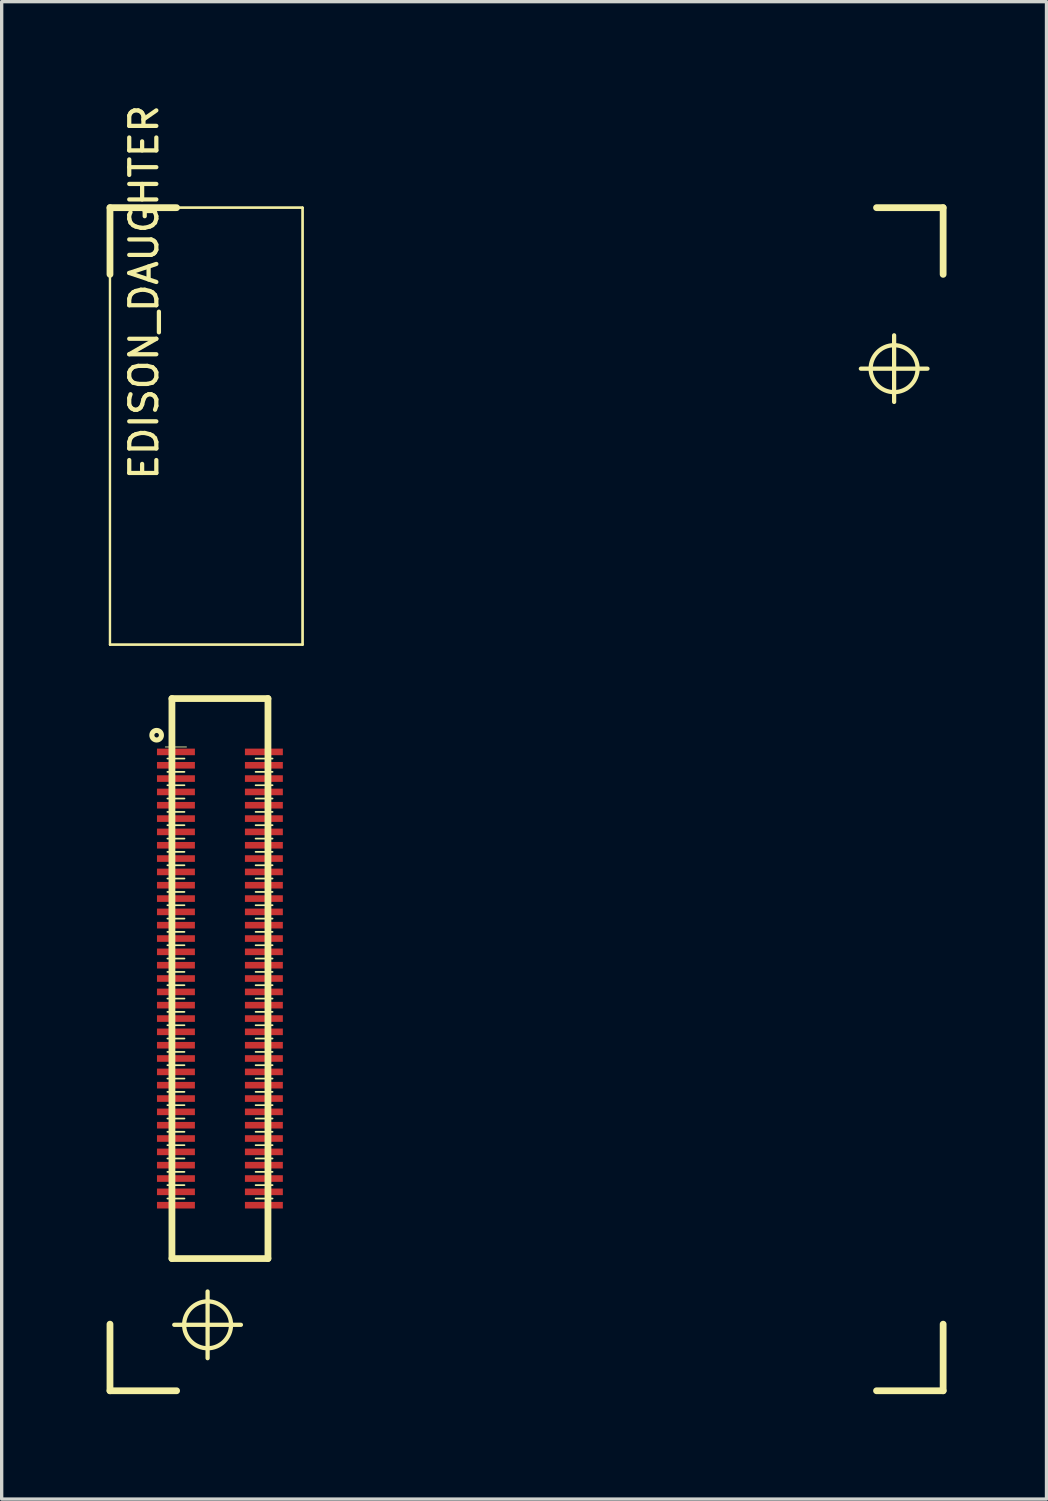
<source format=kicad_pcb>
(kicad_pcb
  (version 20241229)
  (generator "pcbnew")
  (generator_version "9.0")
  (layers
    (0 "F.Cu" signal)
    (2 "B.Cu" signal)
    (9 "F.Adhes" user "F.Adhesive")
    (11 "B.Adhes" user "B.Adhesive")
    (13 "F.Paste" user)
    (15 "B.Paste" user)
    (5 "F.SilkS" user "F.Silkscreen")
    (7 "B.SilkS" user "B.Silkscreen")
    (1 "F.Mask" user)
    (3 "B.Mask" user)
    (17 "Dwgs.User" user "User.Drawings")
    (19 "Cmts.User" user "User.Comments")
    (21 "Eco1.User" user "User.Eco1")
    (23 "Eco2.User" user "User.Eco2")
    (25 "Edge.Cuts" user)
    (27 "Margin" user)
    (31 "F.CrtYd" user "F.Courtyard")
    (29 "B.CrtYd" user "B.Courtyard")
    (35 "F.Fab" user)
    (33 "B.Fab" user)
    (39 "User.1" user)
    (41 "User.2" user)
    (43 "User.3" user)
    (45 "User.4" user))
  (footprint "EDISON_DAUGHTER"
    (layer "F.Cu")
    (at 0.25 38.68)
    (property "Reference" "EDISON_DAUGHTER" (at 1.021 -32.959 270) (layer "F.SilkS") (effects (font (size 0.813 0.813) (thickness 0.127))))
    (attr smd)
    (fp_line (start 0 -35.499) (end 1.999 -35.499) (stroke (width 0.203) (type solid)) (layer "F.SilkS"))
    (fp_line (start 0 -35.499) (end 5.779 -35.499) (stroke (width 0.066) (type solid)) (layer "F.SilkS"))
    (fp_line (start 0 -35.499) (end 5.779 -35.499) (stroke (width 0.066) (type solid)) (layer "F.SilkS"))
    (fp_line (start 0 -33.498) (end 0 -35.499) (stroke (width 0.203) (type solid)) (layer "F.SilkS"))
    (fp_line (start 0 -22.388) (end 0 -35.499) (stroke (width 0.066) (type solid)) (layer "F.SilkS"))
    (fp_line (start 0 -22.388) (end 0 -35.499) (stroke (width 0.066) (type solid)) (layer "F.SilkS"))
    (fp_line (start 0 -22.388) (end 5.779 -22.388) (stroke (width 0.066) (type solid)) (layer "F.SilkS"))
    (fp_line (start 0 -22.388) (end 5.779 -22.388) (stroke (width 0.066) (type solid)) (layer "F.SilkS"))
    (fp_line (start 0 0) (end 0 -1.999) (stroke (width 0.203) (type solid)) (layer "F.SilkS"))
    (fp_line (start 1.661 -19.317) (end 2.296 -19.317) (stroke (width 0.025) (type solid)) (layer "F.SilkS"))
    (fp_line (start 1.722 -18.969) (end 2.235 -18.969) (stroke (width 0.051) (type solid)) (layer "F.SilkS"))
    (fp_line (start 1.722 -18.57) (end 2.235 -18.57) (stroke (width 0.051) (type solid)) (layer "F.SilkS"))
    (fp_line (start 1.722 -18.169) (end 2.235 -18.169) (stroke (width 0.051) (type solid)) (layer "F.SilkS"))
    (fp_line (start 1.722 -17.77) (end 2.235 -17.77) (stroke (width 0.051) (type solid)) (layer "F.SilkS"))
    (fp_line (start 1.722 -17.369) (end 2.235 -17.369) (stroke (width 0.051) (type solid)) (layer "F.SilkS"))
    (fp_line (start 1.722 -16.97) (end 2.235 -16.97) (stroke (width 0.051) (type solid)) (layer "F.SilkS"))
    (fp_line (start 1.722 -16.568) (end 2.235 -16.568) (stroke (width 0.051) (type solid)) (layer "F.SilkS"))
    (fp_line (start 1.722 -16.17) (end 2.235 -16.17) (stroke (width 0.051) (type solid)) (layer "F.SilkS"))
    (fp_line (start 1.722 -15.768) (end 2.235 -15.768) (stroke (width 0.051) (type solid)) (layer "F.SilkS"))
    (fp_line (start 1.722 -15.37) (end 2.235 -15.37) (stroke (width 0.051) (type solid)) (layer "F.SilkS"))
    (fp_line (start 1.722 -14.968) (end 2.235 -14.968) (stroke (width 0.051) (type solid)) (layer "F.SilkS"))
    (fp_line (start 1.722 -14.569) (end 2.235 -14.569) (stroke (width 0.051) (type solid)) (layer "F.SilkS"))
    (fp_line (start 1.722 -14.168) (end 2.235 -14.168) (stroke (width 0.051) (type solid)) (layer "F.SilkS"))
    (fp_line (start 1.722 -13.769) (end 2.235 -13.769) (stroke (width 0.051) (type solid)) (layer "F.SilkS"))
    (fp_line (start 1.722 -13.368) (end 2.235 -13.368) (stroke (width 0.051) (type solid)) (layer "F.SilkS"))
    (fp_line (start 1.722 -12.969) (end 2.235 -12.969) (stroke (width 0.051) (type solid)) (layer "F.SilkS"))
    (fp_line (start 1.722 -12.568) (end 2.235 -12.568) (stroke (width 0.051) (type solid)) (layer "F.SilkS"))
    (fp_line (start 1.722 -12.169) (end 2.235 -12.169) (stroke (width 0.051) (type solid)) (layer "F.SilkS"))
    (fp_line (start 1.722 -11.768) (end 2.235 -11.768) (stroke (width 0.051) (type solid)) (layer "F.SilkS"))
    (fp_line (start 1.722 -11.369) (end 2.235 -11.369) (stroke (width 0.051) (type solid)) (layer "F.SilkS"))
    (fp_line (start 1.722 -10.968) (end 2.235 -10.968) (stroke (width 0.051) (type solid)) (layer "F.SilkS"))
    (fp_line (start 1.722 -10.569) (end 2.235 -10.569) (stroke (width 0.051) (type solid)) (layer "F.SilkS"))
    (fp_line (start 1.722 -10.168) (end 2.235 -10.168) (stroke (width 0.051) (type solid)) (layer "F.SilkS"))
    (fp_line (start 1.722 -9.769) (end 2.235 -9.769) (stroke (width 0.051) (type solid)) (layer "F.SilkS"))
    (fp_line (start 1.722 -9.368) (end 2.235 -9.368) (stroke (width 0.051) (type solid)) (layer "F.SilkS"))
    (fp_line (start 1.722 -8.969) (end 2.235 -8.969) (stroke (width 0.051) (type solid)) (layer "F.SilkS"))
    (fp_line (start 1.722 -8.57) (end 2.235 -8.57) (stroke (width 0.051) (type solid)) (layer "F.SilkS"))
    (fp_line (start 1.722 -8.169) (end 2.235 -8.169) (stroke (width 0.051) (type solid)) (layer "F.SilkS"))
    (fp_line (start 1.722 -7.77) (end 2.235 -7.77) (stroke (width 0.051) (type solid)) (layer "F.SilkS"))
    (fp_line (start 1.722 -7.369) (end 2.235 -7.369) (stroke (width 0.051) (type solid)) (layer "F.SilkS"))
    (fp_line (start 1.722 -6.97) (end 2.235 -6.97) (stroke (width 0.051) (type solid)) (layer "F.SilkS"))
    (fp_line (start 1.722 -6.568) (end 2.235 -6.568) (stroke (width 0.051) (type solid)) (layer "F.SilkS"))
    (fp_line (start 1.722 -6.17) (end 2.235 -6.17) (stroke (width 0.051) (type solid)) (layer "F.SilkS"))
    (fp_line (start 1.722 -5.768) (end 2.235 -5.768) (stroke (width 0.051) (type solid)) (layer "F.SilkS"))
    (fp_line (start 1.859 -20.77) (end 4.74 -20.77) (stroke (width 0.203) (type solid)) (layer "F.SilkS"))
    (fp_line (start 1.859 -3.967) (end 1.859 -20.77) (stroke (width 0.203) (type solid)) (layer "F.SilkS"))
    (fp_line (start 1.928 -1.979) (end 3.929 -1.979) (stroke (width 0.127) (type solid)) (layer "F.SilkS"))
    (fp_line (start 1.999 0) (end 0 0) (stroke (width 0.203) (type solid)) (layer "F.SilkS"))
    (fp_line (start 2.929 -0.978) (end 2.929 -2.979) (stroke (width 0.127) (type solid)) (layer "F.SilkS"))
    (fp_line (start 4.369 -18.969) (end 4.879 -18.969) (stroke (width 0.051) (type solid)) (layer "F.SilkS"))
    (fp_line (start 4.369 -18.57) (end 4.879 -18.57) (stroke (width 0.051) (type solid)) (layer "F.SilkS"))
    (fp_line (start 4.369 -18.169) (end 4.879 -18.169) (stroke (width 0.051) (type solid)) (layer "F.SilkS"))
    (fp_line (start 4.369 -17.77) (end 4.879 -17.77) (stroke (width 0.051) (type solid)) (layer "F.SilkS"))
    (fp_line (start 4.369 -17.369) (end 4.879 -17.369) (stroke (width 0.051) (type solid)) (layer "F.SilkS"))
    (fp_line (start 4.369 -16.97) (end 4.879 -16.97) (stroke (width 0.051) (type solid)) (layer "F.SilkS"))
    (fp_line (start 4.369 -16.568) (end 4.879 -16.568) (stroke (width 0.051) (type solid)) (layer "F.SilkS"))
    (fp_line (start 4.369 -16.17) (end 4.879 -16.17) (stroke (width 0.051) (type solid)) (layer "F.SilkS"))
    (fp_line (start 4.369 -15.768) (end 4.879 -15.768) (stroke (width 0.051) (type solid)) (layer "F.SilkS"))
    (fp_line (start 4.369 -15.37) (end 4.879 -15.37) (stroke (width 0.051) (type solid)) (layer "F.SilkS"))
    (fp_line (start 4.369 -14.968) (end 4.879 -14.968) (stroke (width 0.051) (type solid)) (layer "F.SilkS"))
    (fp_line (start 4.369 -14.569) (end 4.879 -14.569) (stroke (width 0.051) (type solid)) (layer "F.SilkS"))
    (fp_line (start 4.369 -14.168) (end 4.879 -14.168) (stroke (width 0.051) (type solid)) (layer "F.SilkS"))
    (fp_line (start 4.369 -13.769) (end 4.879 -13.769) (stroke (width 0.051) (type solid)) (layer "F.SilkS"))
    (fp_line (start 4.369 -13.368) (end 4.879 -13.368) (stroke (width 0.051) (type solid)) (layer "F.SilkS"))
    (fp_line (start 4.369 -12.969) (end 4.879 -12.969) (stroke (width 0.051) (type solid)) (layer "F.SilkS"))
    (fp_line (start 4.369 -12.568) (end 4.879 -12.568) (stroke (width 0.051) (type solid)) (layer "F.SilkS"))
    (fp_line (start 4.369 -12.169) (end 4.879 -12.169) (stroke (width 0.051) (type solid)) (layer "F.SilkS"))
    (fp_line (start 4.369 -11.768) (end 4.879 -11.768) (stroke (width 0.051) (type solid)) (layer "F.SilkS"))
    (fp_line (start 4.369 -11.369) (end 4.879 -11.369) (stroke (width 0.051) (type solid)) (layer "F.SilkS"))
    (fp_line (start 4.369 -10.968) (end 4.879 -10.968) (stroke (width 0.051) (type solid)) (layer "F.SilkS"))
    (fp_line (start 4.369 -10.569) (end 4.879 -10.569) (stroke (width 0.051) (type solid)) (layer "F.SilkS"))
    (fp_line (start 4.369 -10.168) (end 4.879 -10.168) (stroke (width 0.051) (type solid)) (layer "F.SilkS"))
    (fp_line (start 4.369 -9.769) (end 4.879 -9.769) (stroke (width 0.051) (type solid)) (layer "F.SilkS"))
    (fp_line (start 4.369 -9.368) (end 4.879 -9.368) (stroke (width 0.051) (type solid)) (layer "F.SilkS"))
    (fp_line (start 4.369 -8.969) (end 4.879 -8.969) (stroke (width 0.051) (type solid)) (layer "F.SilkS"))
    (fp_line (start 4.369 -8.57) (end 4.879 -8.57) (stroke (width 0.051) (type solid)) (layer "F.SilkS"))
    (fp_line (start 4.369 -8.169) (end 4.879 -8.169) (stroke (width 0.051) (type solid)) (layer "F.SilkS"))
    (fp_line (start 4.369 -7.77) (end 4.879 -7.77) (stroke (width 0.051) (type solid)) (layer "F.SilkS"))
    (fp_line (start 4.369 -7.369) (end 4.879 -7.369) (stroke (width 0.051) (type solid)) (layer "F.SilkS"))
    (fp_line (start 4.369 -6.97) (end 4.879 -6.97) (stroke (width 0.051) (type solid)) (layer "F.SilkS"))
    (fp_line (start 4.369 -6.568) (end 4.879 -6.568) (stroke (width 0.051) (type solid)) (layer "F.SilkS"))
    (fp_line (start 4.369 -6.17) (end 4.879 -6.17) (stroke (width 0.051) (type solid)) (layer "F.SilkS"))
    (fp_line (start 4.369 -5.768) (end 4.879 -5.768) (stroke (width 0.051) (type solid)) (layer "F.SilkS"))
    (fp_line (start 4.74 -20.77) (end 4.74 -3.967) (stroke (width 0.203) (type solid)) (layer "F.SilkS"))
    (fp_line (start 4.74 -3.967) (end 1.859 -3.967) (stroke (width 0.203) (type solid)) (layer "F.SilkS"))
    (fp_line (start 5.779 -22.388) (end 5.779 -35.499) (stroke (width 0.066) (type solid)) (layer "F.SilkS"))
    (fp_line (start 5.779 -22.388) (end 5.779 -35.499) (stroke (width 0.066) (type solid)) (layer "F.SilkS"))
    (fp_line (start 22.53 -30.668) (end 24.529 -30.668) (stroke (width 0.127) (type solid)) (layer "F.SilkS"))
    (fp_line (start 23 -35.499) (end 24.999 -35.499) (stroke (width 0.203) (type solid)) (layer "F.SilkS"))
    (fp_line (start 23.528 -29.67) (end 23.528 -31.669) (stroke (width 0.127) (type solid)) (layer "F.SilkS"))
    (fp_line (start 24.999 -35.499) (end 24.999 -33.498) (stroke (width 0.203) (type solid)) (layer "F.SilkS"))
    (fp_line (start 24.999 -1.999) (end 24.999 0) (stroke (width 0.203) (type solid)) (layer "F.SilkS"))
    (fp_line (start 24.999 0) (end 23 0) (stroke (width 0.203) (type solid)) (layer "F.SilkS"))
    (fp_circle (center 1.4 -19.67) (end 1.448 -19.718) (stroke (width 0.152) (type solid)) (fill no) (layer "F.SilkS"))
    (fp_circle (center 2.929 -1.979) (end 3.426 -2.477) (stroke (width 0.127) (type solid)) (fill no) (layer "F.SilkS"))
    (fp_circle (center 23.528 -30.668) (end 24.026 -31.166) (stroke (width 0.127) (type solid)) (fill no) (layer "F.SilkS"))
    (pad "1" smd rect (at 1.979 -19.169 90) (size 0.198 1.138) (layers "F.Cu" "F.Mask" "F.Paste"))
    (pad "2" smd rect (at 4.618 -19.169 90) (size 0.198 1.138) (layers "F.Cu" "F.Mask" "F.Paste"))
    (pad "3" smd rect (at 1.979 -18.768 90) (size 0.198 1.138) (layers "F.Cu" "F.Mask" "F.Paste"))
    (pad "4" smd rect (at 4.618 -18.768 90) (size 0.198 1.138) (layers "F.Cu" "F.Mask" "F.Paste"))
    (pad "5" smd rect (at 1.979 -18.369 90) (size 0.198 1.138) (layers "F.Cu" "F.Mask" "F.Paste"))
    (pad "6" smd rect (at 4.618 -18.369 90) (size 0.198 1.138) (layers "F.Cu" "F.Mask" "F.Paste"))
    (pad "7" smd rect (at 1.979 -17.968 90) (size 0.198 1.138) (layers "F.Cu" "F.Mask" "F.Paste"))
    (pad "8" smd rect (at 4.618 -17.968 90) (size 0.198 1.138) (layers "F.Cu" "F.Mask" "F.Paste"))
    (pad "9" smd rect (at 1.979 -17.569 90) (size 0.198 1.138) (layers "F.Cu" "F.Mask" "F.Paste"))
    (pad "10" smd rect (at 4.618 -17.569 90) (size 0.198 1.138) (layers "F.Cu" "F.Mask" "F.Paste"))
    (pad "11" smd rect (at 1.979 -17.168 90) (size 0.198 1.138) (layers "F.Cu" "F.Mask" "F.Paste"))
    (pad "12" smd rect (at 4.618 -17.168 90) (size 0.198 1.138) (layers "F.Cu" "F.Mask" "F.Paste"))
    (pad "13" smd rect (at 1.979 -16.769 90) (size 0.198 1.138) (layers "F.Cu" "F.Mask" "F.Paste"))
    (pad "14" smd rect (at 4.618 -16.769 90) (size 0.198 1.138) (layers "F.Cu" "F.Mask" "F.Paste"))
    (pad "15" smd rect (at 1.979 -16.368 90) (size 0.198 1.138) (layers "F.Cu" "F.Mask" "F.Paste"))
    (pad "16" smd rect (at 4.618 -16.368 90) (size 0.198 1.138) (layers "F.Cu" "F.Mask" "F.Paste"))
    (pad "17" smd rect (at 1.979 -15.969 90) (size 0.198 1.138) (layers "F.Cu" "F.Mask" "F.Paste"))
    (pad "18" smd rect (at 4.618 -15.969 90) (size 0.198 1.138) (layers "F.Cu" "F.Mask" "F.Paste"))
    (pad "19" smd rect (at 1.979 -15.568 90) (size 0.198 1.138) (layers "F.Cu" "F.Mask" "F.Paste"))
    (pad "20" smd rect (at 4.618 -15.568 90) (size 0.198 1.138) (layers "F.Cu" "F.Mask" "F.Paste"))
    (pad "21" smd rect (at 1.979 -15.169 90) (size 0.198 1.138) (layers "F.Cu" "F.Mask" "F.Paste"))
    (pad "22" smd rect (at 4.618 -15.169 90) (size 0.198 1.138) (layers "F.Cu" "F.Mask" "F.Paste"))
    (pad "23" smd rect (at 1.979 -14.768 90) (size 0.198 1.138) (layers "F.Cu" "F.Mask" "F.Paste"))
    (pad "24" smd rect (at 4.618 -14.768 90) (size 0.198 1.138) (layers "F.Cu" "F.Mask" "F.Paste"))
    (pad "25" smd rect (at 1.979 -14.369 90) (size 0.198 1.138) (layers "F.Cu" "F.Mask" "F.Paste"))
    (pad "26" smd rect (at 4.618 -14.369 90) (size 0.198 1.138) (layers "F.Cu" "F.Mask" "F.Paste"))
    (pad "27" smd rect (at 1.979 -13.97 90) (size 0.198 1.138) (layers "F.Cu" "F.Mask" "F.Paste"))
    (pad "28" smd rect (at 4.618 -13.97 90) (size 0.198 1.138) (layers "F.Cu" "F.Mask" "F.Paste"))
    (pad "29" smd rect (at 1.979 -13.569 90) (size 0.198 1.138) (layers "F.Cu" "F.Mask" "F.Paste"))
    (pad "30" smd rect (at 4.618 -13.569 90) (size 0.198 1.138) (layers "F.Cu" "F.Mask" "F.Paste"))
    (pad "31" smd rect (at 1.979 -13.17 90) (size 0.198 1.138) (layers "F.Cu" "F.Mask" "F.Paste"))
    (pad "32" smd rect (at 4.618 -13.17 90) (size 0.198 1.138) (layers "F.Cu" "F.Mask" "F.Paste"))
    (pad "33" smd rect (at 1.979 -12.769 90) (size 0.198 1.138) (layers "F.Cu" "F.Mask" "F.Paste"))
    (pad "34" smd rect (at 4.618 -12.769 90) (size 0.198 1.138) (layers "F.Cu" "F.Mask" "F.Paste"))
    (pad "35" smd rect (at 1.979 -12.37 90) (size 0.198 1.138) (layers "F.Cu" "F.Mask" "F.Paste"))
    (pad "36" smd rect (at 4.618 -12.37 90) (size 0.198 1.138) (layers "F.Cu" "F.Mask" "F.Paste"))
    (pad "37" smd rect (at 1.979 -11.968 90) (size 0.198 1.138) (layers "F.Cu" "F.Mask" "F.Paste"))
    (pad "38" smd rect (at 4.618 -11.968 90) (size 0.198 1.138) (layers "F.Cu" "F.Mask" "F.Paste"))
    (pad "39" smd rect (at 1.979 -11.57 90) (size 0.198 1.138) (layers "F.Cu" "F.Mask" "F.Paste"))
    (pad "40" smd rect (at 4.618 -11.57 90) (size 0.198 1.138) (layers "F.Cu" "F.Mask" "F.Paste"))
    (pad "41" smd rect (at 1.979 -11.168 90) (size 0.198 1.138) (layers "F.Cu" "F.Mask" "F.Paste"))
    (pad "42" smd rect (at 4.618 -11.168 90) (size 0.198 1.138) (layers "F.Cu" "F.Mask" "F.Paste"))
    (pad "43" smd rect (at 1.979 -10.77 90) (size 0.198 1.138) (layers "F.Cu" "F.Mask" "F.Paste"))
    (pad "44" smd rect (at 4.618 -10.77 90) (size 0.198 1.138) (layers "F.Cu" "F.Mask" "F.Paste"))
    (pad "45" smd rect (at 1.979 -10.368 90) (size 0.198 1.138) (layers "F.Cu" "F.Mask" "F.Paste"))
    (pad "46" smd rect (at 4.618 -10.368 90) (size 0.198 1.138) (layers "F.Cu" "F.Mask" "F.Paste"))
    (pad "47" smd rect (at 1.979 -9.97 90) (size 0.198 1.138) (layers "F.Cu" "F.Mask" "F.Paste"))
    (pad "48" smd rect (at 4.618 -9.97 90) (size 0.198 1.138) (layers "F.Cu" "F.Mask" "F.Paste"))
    (pad "49" smd rect (at 1.979 -9.568 90) (size 0.198 1.138) (layers "F.Cu" "F.Mask" "F.Paste"))
    (pad "50" smd rect (at 4.618 -9.568 90) (size 0.198 1.138) (layers "F.Cu" "F.Mask" "F.Paste"))
    (pad "51" smd rect (at 1.979 -9.169 90) (size 0.198 1.138) (layers "F.Cu" "F.Mask" "F.Paste"))
    (pad "52" smd rect (at 4.618 -9.169 90) (size 0.198 1.138) (layers "F.Cu" "F.Mask" "F.Paste"))
    (pad "53" smd rect (at 1.979 -8.768 90) (size 0.198 1.138) (layers "F.Cu" "F.Mask" "F.Paste"))
    (pad "54" smd rect (at 4.618 -8.768 90) (size 0.198 1.138) (layers "F.Cu" "F.Mask" "F.Paste"))
    (pad "55" smd rect (at 1.979 -8.369 90) (size 0.198 1.138) (layers "F.Cu" "F.Mask" "F.Paste"))
    (pad "56" smd rect (at 4.618 -8.369 90) (size 0.198 1.138) (layers "F.Cu" "F.Mask" "F.Paste"))
    (pad "57" smd rect (at 1.979 -7.968 90) (size 0.198 1.138) (layers "F.Cu" "F.Mask" "F.Paste"))
    (pad "58" smd rect (at 4.618 -7.968 90) (size 0.198 1.138) (layers "F.Cu" "F.Mask" "F.Paste"))
    (pad "59" smd rect (at 1.979 -7.569 90) (size 0.198 1.138) (layers "F.Cu" "F.Mask" "F.Paste"))
    (pad "60" smd rect (at 4.618 -7.569 90) (size 0.198 1.138) (layers "F.Cu" "F.Mask" "F.Paste"))
    (pad "61" smd rect (at 1.979 -7.168 90) (size 0.198 1.138) (layers "F.Cu" "F.Mask" "F.Paste"))
    (pad "62" smd rect (at 4.618 -7.168 90) (size 0.198 1.138) (layers "F.Cu" "F.Mask" "F.Paste"))
    (pad "63" smd rect (at 1.979 -6.769 90) (size 0.198 1.138) (layers "F.Cu" "F.Mask" "F.Paste"))
    (pad "64" smd rect (at 4.618 -6.769 90) (size 0.198 1.138) (layers "F.Cu" "F.Mask" "F.Paste"))
    (pad "65" smd rect (at 1.979 -6.368 90) (size 0.198 1.138) (layers "F.Cu" "F.Mask" "F.Paste"))
    (pad "66" smd rect (at 4.618 -6.368 90) (size 0.198 1.138) (layers "F.Cu" "F.Mask" "F.Paste"))
    (pad "67" smd rect (at 1.979 -5.969 90) (size 0.198 1.138) (layers "F.Cu" "F.Mask" "F.Paste"))
    (pad "68" smd rect (at 4.618 -5.969 90) (size 0.198 1.138) (layers "F.Cu" "F.Mask" "F.Paste"))
    (pad "69" smd rect (at 1.979 -5.568 90) (size 0.198 1.138) (layers "F.Cu" "F.Mask" "F.Paste"))
    (pad "70" smd rect (at 4.618 -5.568 90) (size 0.198 1.138) (layers "F.Cu" "F.Mask" "F.Paste")))
  (gr_rect
    (start -3 -3)
    (end 28.35 41.93)
    (stroke (width 0.1) (type default))
    (fill no)
    (layer "Edge.Cuts")))
</source>
